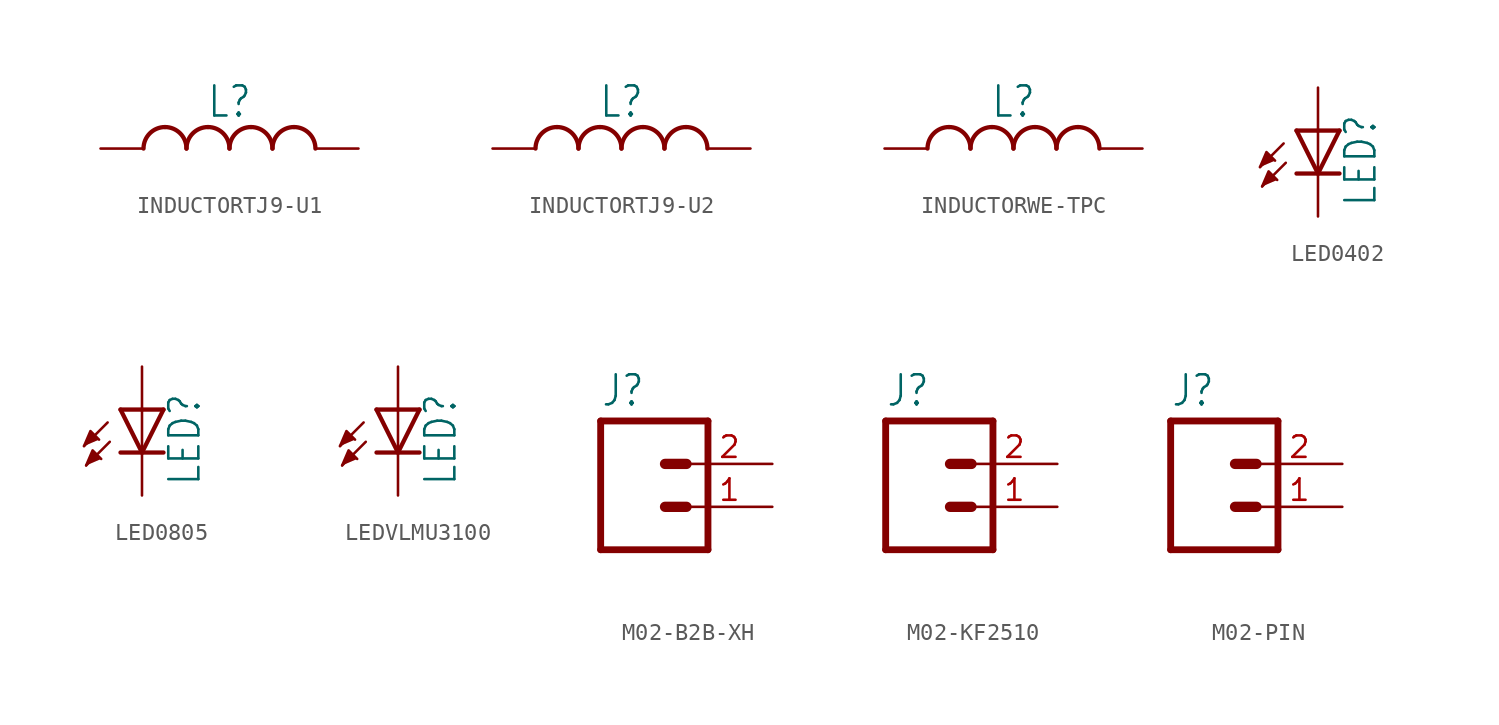
<source format=kicad_sym>
(kicad_symbol_lib
  (version 20220914)
  (generator kicad_symbol_editor)
  (symbol "INDUCTORTJ9-U1"
    (property "Reference" "L"
      (at 0 3.81 0)
      (effects (font (size 1.778 1.511)) (justify top)))
    (property "Value" ""
      (at 0 -1.27 0)
      (effects (font (size 1.778 1.511)) (justify top)))
    (property "ki_locked" ""
      (at 0 0 0)
      (effects (font (size 1.27 1.27))))
    (symbol "INDUCTORTJ9-U1_1_0"
      (arc (start -3.81 1.27) (mid -4.708 0.898) (end -5.08 0) (stroke (width 0.254) (type solid)) (fill (type none)))
      (arc (start -2.54 0) (mid -2.912 0.898) (end -3.81 1.27) (stroke (width 0.254) (type solid)) (fill (type none)))
      (arc (start -1.27 1.27) (mid -2.168 0.898) (end -2.54 0) (stroke (width 0.254) (type solid)) (fill (type none)))
      (arc (start 0 0) (mid -0.372 0.898) (end -1.27 1.27) (stroke (width 0.254) (type solid)) (fill (type none)))
      (arc (start 1.27 1.27) (mid 0.372 0.898) (end 0 0) (stroke (width 0.254) (type solid)) (fill (type none)))
      (arc (start 2.54 0) (mid 2.168 0.898) (end 1.27 1.27) (stroke (width 0.254) (type solid)) (fill (type none)))
      (arc (start 3.81 1.27) (mid 2.912 0.898) (end 2.54 0) (stroke (width 0.254) (type solid)) (fill (type none)))
      (arc (start 5.08 0) (mid 4.708 0.898) (end 3.81 1.27) (stroke (width 0.254) (type solid)) (fill (type none)))
      (pin passive line (at -7.62 0 0) (length 2.54) (name "1" (effects (font (size 0 0)))) (number "1" (effects (font (size 0 0)))))
      (pin passive line (at 7.62 0 180) (length 2.54) (name "2" (effects (font (size 0 0)))) (number "2" (effects (font (size 0 0)))))))
  (symbol "INDUCTORTJ9-U2"
    (property "Reference" "L"
      (at 0 3.81 0)
      (effects (font (size 1.778 1.511)) (justify top)))
    (property "Value" ""
      (at 0 -1.27 0)
      (effects (font (size 1.778 1.511)) (justify top)))
    (property "ki_locked" ""
      (at 0 0 0)
      (effects (font (size 1.27 1.27))))
    (symbol "INDUCTORTJ9-U2_1_0"
      (arc (start -3.81 1.27) (mid -4.708 0.898) (end -5.08 0) (stroke (width 0.254) (type solid)) (fill (type none)))
      (arc (start -2.54 0) (mid -2.912 0.898) (end -3.81 1.27) (stroke (width 0.254) (type solid)) (fill (type none)))
      (arc (start -1.27 1.27) (mid -2.168 0.898) (end -2.54 0) (stroke (width 0.254) (type solid)) (fill (type none)))
      (arc (start 0 0) (mid -0.372 0.898) (end -1.27 1.27) (stroke (width 0.254) (type solid)) (fill (type none)))
      (arc (start 1.27 1.27) (mid 0.372 0.898) (end 0 0) (stroke (width 0.254) (type solid)) (fill (type none)))
      (arc (start 2.54 0) (mid 2.168 0.898) (end 1.27 1.27) (stroke (width 0.254) (type solid)) (fill (type none)))
      (arc (start 3.81 1.27) (mid 2.912 0.898) (end 2.54 0) (stroke (width 0.254) (type solid)) (fill (type none)))
      (arc (start 5.08 0) (mid 4.708 0.898) (end 3.81 1.27) (stroke (width 0.254) (type solid)) (fill (type none)))
      (pin passive line (at -7.62 0 0) (length 2.54) (name "1" (effects (font (size 0 0)))) (number "1" (effects (font (size 0 0)))))
      (pin passive line (at 7.62 0 180) (length 2.54) (name "2" (effects (font (size 0 0)))) (number "2" (effects (font (size 0 0)))))))
  (symbol "INDUCTORWE-TPC"
    (property "Reference" "L"
      (at 0 3.81 0)
      (effects (font (size 1.778 1.511)) (justify top)))
    (property "Value" ""
      (at 0 -1.27 0)
      (effects (font (size 1.778 1.511)) (justify top)))
    (property "ki_locked" ""
      (at 0 0 0)
      (effects (font (size 1.27 1.27))))
    (symbol "INDUCTORWE-TPC_1_0"
      (arc (start -3.81 1.27) (mid -4.708 0.898) (end -5.08 0) (stroke (width 0.254) (type solid)) (fill (type none)))
      (arc (start -2.54 0) (mid -2.912 0.898) (end -3.81 1.27) (stroke (width 0.254) (type solid)) (fill (type none)))
      (arc (start -1.27 1.27) (mid -2.168 0.898) (end -2.54 0) (stroke (width 0.254) (type solid)) (fill (type none)))
      (arc (start 0 0) (mid -0.372 0.898) (end -1.27 1.27) (stroke (width 0.254) (type solid)) (fill (type none)))
      (arc (start 1.27 1.27) (mid 0.372 0.898) (end 0 0) (stroke (width 0.254) (type solid)) (fill (type none)))
      (arc (start 2.54 0) (mid 2.168 0.898) (end 1.27 1.27) (stroke (width 0.254) (type solid)) (fill (type none)))
      (arc (start 3.81 1.27) (mid 2.912 0.898) (end 2.54 0) (stroke (width 0.254) (type solid)) (fill (type none)))
      (arc (start 5.08 0) (mid 4.708 0.898) (end 3.81 1.27) (stroke (width 0.254) (type solid)) (fill (type none)))
      (pin passive line (at -7.62 0 0) (length 2.54) (name "1" (effects (font (size 0 0)))) (number "1" (effects (font (size 0 0)))))
      (pin passive line (at 7.62 0 180) (length 2.54) (name "2" (effects (font (size 0 0)))) (number "2" (effects (font (size 0 0)))))))
  (symbol "LED0402"
    (property "Reference" "LED"
      (at 3.556 -4.572 90)
      (effects (font (size 1.778 1.511)) (justify left bottom)))
    (property "Value" ""
      (at 5.715 -4.572 90)
      (effects (font (size 1.778 1.511)) (justify left bottom)))
    (property "ki_locked" ""
      (at 0 0 0)
      (effects (font (size 1.27 1.27))))
    (symbol "LED0402_1_0"
      (polyline (pts (xy -2.032 -0.762) (xy -3.429 -2.159)) (stroke (width 0.152) (type solid)) (fill (type none)))
      (polyline (pts (xy -1.905 -1.905) (xy -3.302 -3.302)) (stroke (width 0.152) (type solid)) (fill (type none)))
      (polyline (pts (xy 0 -2.54) (xy -1.27 -2.54)) (stroke (width 0.254) (type solid)) (fill (type none)))
      (polyline (pts (xy 0 -2.54) (xy -1.27 0)) (stroke (width 0.254) (type solid)) (fill (type none)))
      (polyline (pts (xy 0 0) (xy -1.27 0)) (stroke (width 0.254) (type solid)) (fill (type none)))
      (polyline (pts (xy 0 0) (xy 0 -2.54)) (stroke (width 0.152) (type solid)) (fill (type none)))
      (polyline (pts (xy 1.27 -2.54) (xy 0 -2.54)) (stroke (width 0.254) (type solid)) (fill (type none)))
      (polyline (pts (xy 1.27 0) (xy 0 -2.54)) (stroke (width 0.254) (type solid)) (fill (type none)))
      (polyline (pts (xy 1.27 0) (xy 0 0)) (stroke (width 0.254) (type solid)) (fill (type none)))
      (polyline (pts (xy -3.429 -2.159) (xy -3.048 -1.27) (xy -2.54 -1.778)) (stroke (width 0.152) (type solid)) (fill (type outline)))
      (polyline (pts (xy -3.302 -3.302) (xy -2.921 -2.413) (xy -2.413 -2.921)) (stroke (width 0.152) (type solid)) (fill (type outline)))
      (pin passive line (at 0 2.54 270) (length 2.54) (name "A" (effects (font (size 0 0)))) (number "A" (effects (font (size 0 0)))))
      (pin passive line (at 0 -5.08 90) (length 2.54) (name "C" (effects (font (size 0 0)))) (number "C" (effects (font (size 0 0)))))))
  (symbol "LED0805"
    (property "Reference" "LED"
      (at 3.556 -4.572 90)
      (effects (font (size 1.778 1.511)) (justify left bottom)))
    (property "Value" ""
      (at 5.715 -4.572 90)
      (effects (font (size 1.778 1.511)) (justify left bottom)))
    (property "ki_locked" ""
      (at 0 0 0)
      (effects (font (size 1.27 1.27))))
    (symbol "LED0805_1_0"
      (polyline (pts (xy -2.032 -0.762) (xy -3.429 -2.159)) (stroke (width 0.152) (type solid)) (fill (type none)))
      (polyline (pts (xy -1.905 -1.905) (xy -3.302 -3.302)) (stroke (width 0.152) (type solid)) (fill (type none)))
      (polyline (pts (xy 0 -2.54) (xy -1.27 -2.54)) (stroke (width 0.254) (type solid)) (fill (type none)))
      (polyline (pts (xy 0 -2.54) (xy -1.27 0)) (stroke (width 0.254) (type solid)) (fill (type none)))
      (polyline (pts (xy 0 0) (xy -1.27 0)) (stroke (width 0.254) (type solid)) (fill (type none)))
      (polyline (pts (xy 0 0) (xy 0 -2.54)) (stroke (width 0.152) (type solid)) (fill (type none)))
      (polyline (pts (xy 1.27 -2.54) (xy 0 -2.54)) (stroke (width 0.254) (type solid)) (fill (type none)))
      (polyline (pts (xy 1.27 0) (xy 0 -2.54)) (stroke (width 0.254) (type solid)) (fill (type none)))
      (polyline (pts (xy 1.27 0) (xy 0 0)) (stroke (width 0.254) (type solid)) (fill (type none)))
      (polyline (pts (xy -3.429 -2.159) (xy -3.048 -1.27) (xy -2.54 -1.778)) (stroke (width 0.152) (type solid)) (fill (type outline)))
      (polyline (pts (xy -3.302 -3.302) (xy -2.921 -2.413) (xy -2.413 -2.921)) (stroke (width 0.152) (type solid)) (fill (type outline)))
      (pin passive line (at 0 2.54 270) (length 2.54) (name "A" (effects (font (size 0 0)))) (number "A" (effects (font (size 0 0)))))
      (pin passive line (at 0 -5.08 90) (length 2.54) (name "C" (effects (font (size 0 0)))) (number "C" (effects (font (size 0 0)))))))
  (symbol "LEDVLMU3100"
    (property "Reference" "LED"
      (at 3.556 -4.572 90)
      (effects (font (size 1.778 1.511)) (justify left bottom)))
    (property "Value" ""
      (at 5.715 -4.572 90)
      (effects (font (size 1.778 1.511)) (justify left bottom)))
    (property "ki_locked" ""
      (at 0 0 0)
      (effects (font (size 1.27 1.27))))
    (symbol "LEDVLMU3100_1_0"
      (polyline (pts (xy -2.032 -0.762) (xy -3.429 -2.159)) (stroke (width 0.152) (type solid)) (fill (type none)))
      (polyline (pts (xy -1.905 -1.905) (xy -3.302 -3.302)) (stroke (width 0.152) (type solid)) (fill (type none)))
      (polyline (pts (xy 0 -2.54) (xy -1.27 -2.54)) (stroke (width 0.254) (type solid)) (fill (type none)))
      (polyline (pts (xy 0 -2.54) (xy -1.27 0)) (stroke (width 0.254) (type solid)) (fill (type none)))
      (polyline (pts (xy 0 0) (xy -1.27 0)) (stroke (width 0.254) (type solid)) (fill (type none)))
      (polyline (pts (xy 0 0) (xy 0 -2.54)) (stroke (width 0.152) (type solid)) (fill (type none)))
      (polyline (pts (xy 1.27 -2.54) (xy 0 -2.54)) (stroke (width 0.254) (type solid)) (fill (type none)))
      (polyline (pts (xy 1.27 0) (xy 0 -2.54)) (stroke (width 0.254) (type solid)) (fill (type none)))
      (polyline (pts (xy 1.27 0) (xy 0 0)) (stroke (width 0.254) (type solid)) (fill (type none)))
      (polyline (pts (xy -3.429 -2.159) (xy -3.048 -1.27) (xy -2.54 -1.778)) (stroke (width 0.152) (type solid)) (fill (type outline)))
      (polyline (pts (xy -3.302 -3.302) (xy -2.921 -2.413) (xy -2.413 -2.921)) (stroke (width 0.152) (type solid)) (fill (type outline)))
      (pin passive line (at 0 2.54 270) (length 2.54) (name "A" (effects (font (size 0 0)))) (number "A" (effects (font (size 0 0)))))
      (pin passive line (at 0 -5.08 90) (length 2.54) (name "C" (effects (font (size 0 0)))) (number "C" (effects (font (size 0 0)))))))
  (symbol "M02-B2B-XH"
    (property "Reference" "J"
      (at -2.54 5.842 0)
      (effects (font (size 1.778 1.511)) (justify left bottom)))
    (property "Value" ""
      (at -2.54 -5.08 0)
      (effects (font (size 1.778 1.511)) (justify left bottom)))
    (property "ki_locked" ""
      (at 0 0 0)
      (effects (font (size 1.27 1.27))))
    (symbol "M02-B2B-XH_1_0"
      (polyline (pts (xy -2.54 5.08) (xy -2.54 -2.54)) (stroke (width 0.406) (type solid)) (fill (type none)))
      (polyline (pts (xy -2.54 5.08) (xy 3.81 5.08)) (stroke (width 0.406) (type solid)) (fill (type none)))
      (polyline (pts (xy 1.27 0) (xy 2.54 0)) (stroke (width 0.61) (type solid)) (fill (type none)))
      (polyline (pts (xy 1.27 2.54) (xy 2.54 2.54)) (stroke (width 0.61) (type solid)) (fill (type none)))
      (polyline (pts (xy 3.81 -2.54) (xy -2.54 -2.54)) (stroke (width 0.406) (type solid)) (fill (type none)))
      (polyline (pts (xy 3.81 -2.54) (xy 3.81 5.08)) (stroke (width 0.406) (type solid)) (fill (type none)))
      (pin passive line (at 7.62 0 180) (length 5.08) (name "1" (effects (font (size 0 0)))) (number "1" (effects (font (size 1.27 1.27)))))
      (pin passive line (at 7.62 2.54 180) (length 5.08) (name "2" (effects (font (size 0 0)))) (number "2" (effects (font (size 1.27 1.27)))))))
  (symbol "M02-KF2510"
    (property "Reference" "J"
      (at -2.54 5.842 0)
      (effects (font (size 1.778 1.511)) (justify left bottom)))
    (property "Value" ""
      (at -2.54 -5.08 0)
      (effects (font (size 1.778 1.511)) (justify left bottom)))
    (property "ki_locked" ""
      (at 0 0 0)
      (effects (font (size 1.27 1.27))))
    (symbol "M02-KF2510_1_0"
      (polyline (pts (xy -2.54 5.08) (xy -2.54 -2.54)) (stroke (width 0.406) (type solid)) (fill (type none)))
      (polyline (pts (xy -2.54 5.08) (xy 3.81 5.08)) (stroke (width 0.406) (type solid)) (fill (type none)))
      (polyline (pts (xy 1.27 0) (xy 2.54 0)) (stroke (width 0.61) (type solid)) (fill (type none)))
      (polyline (pts (xy 1.27 2.54) (xy 2.54 2.54)) (stroke (width 0.61) (type solid)) (fill (type none)))
      (polyline (pts (xy 3.81 -2.54) (xy -2.54 -2.54)) (stroke (width 0.406) (type solid)) (fill (type none)))
      (polyline (pts (xy 3.81 -2.54) (xy 3.81 5.08)) (stroke (width 0.406) (type solid)) (fill (type none)))
      (pin passive line (at 7.62 0 180) (length 5.08) (name "1" (effects (font (size 0 0)))) (number "1" (effects (font (size 1.27 1.27)))))
      (pin passive line (at 7.62 2.54 180) (length 5.08) (name "2" (effects (font (size 0 0)))) (number "2" (effects (font (size 1.27 1.27)))))))
  (symbol "M02-PIN"
    (property "Reference" "J"
      (at -2.54 5.842 0)
      (effects (font (size 1.778 1.511)) (justify left bottom)))
    (property "Value" ""
      (at -2.54 -5.08 0)
      (effects (font (size 1.778 1.511)) (justify left bottom)))
    (property "ki_locked" ""
      (at 0 0 0)
      (effects (font (size 1.27 1.27))))
    (symbol "M02-PIN_1_0"
      (polyline (pts (xy -2.54 5.08) (xy -2.54 -2.54)) (stroke (width 0.406) (type solid)) (fill (type none)))
      (polyline (pts (xy -2.54 5.08) (xy 3.81 5.08)) (stroke (width 0.406) (type solid)) (fill (type none)))
      (polyline (pts (xy 1.27 0) (xy 2.54 0)) (stroke (width 0.61) (type solid)) (fill (type none)))
      (polyline (pts (xy 1.27 2.54) (xy 2.54 2.54)) (stroke (width 0.61) (type solid)) (fill (type none)))
      (polyline (pts (xy 3.81 -2.54) (xy -2.54 -2.54)) (stroke (width 0.406) (type solid)) (fill (type none)))
      (polyline (pts (xy 3.81 -2.54) (xy 3.81 5.08)) (stroke (width 0.406) (type solid)) (fill (type none)))
      (pin passive line (at 7.62 0 180) (length 5.08) (name "1" (effects (font (size 0 0)))) (number "1" (effects (font (size 1.27 1.27)))))
      (pin passive line (at 7.62 2.54 180) (length 5.08) (name "2" (effects (font (size 0 0)))) (number "2" (effects (font (size 1.27 1.27))))))))
</source>
